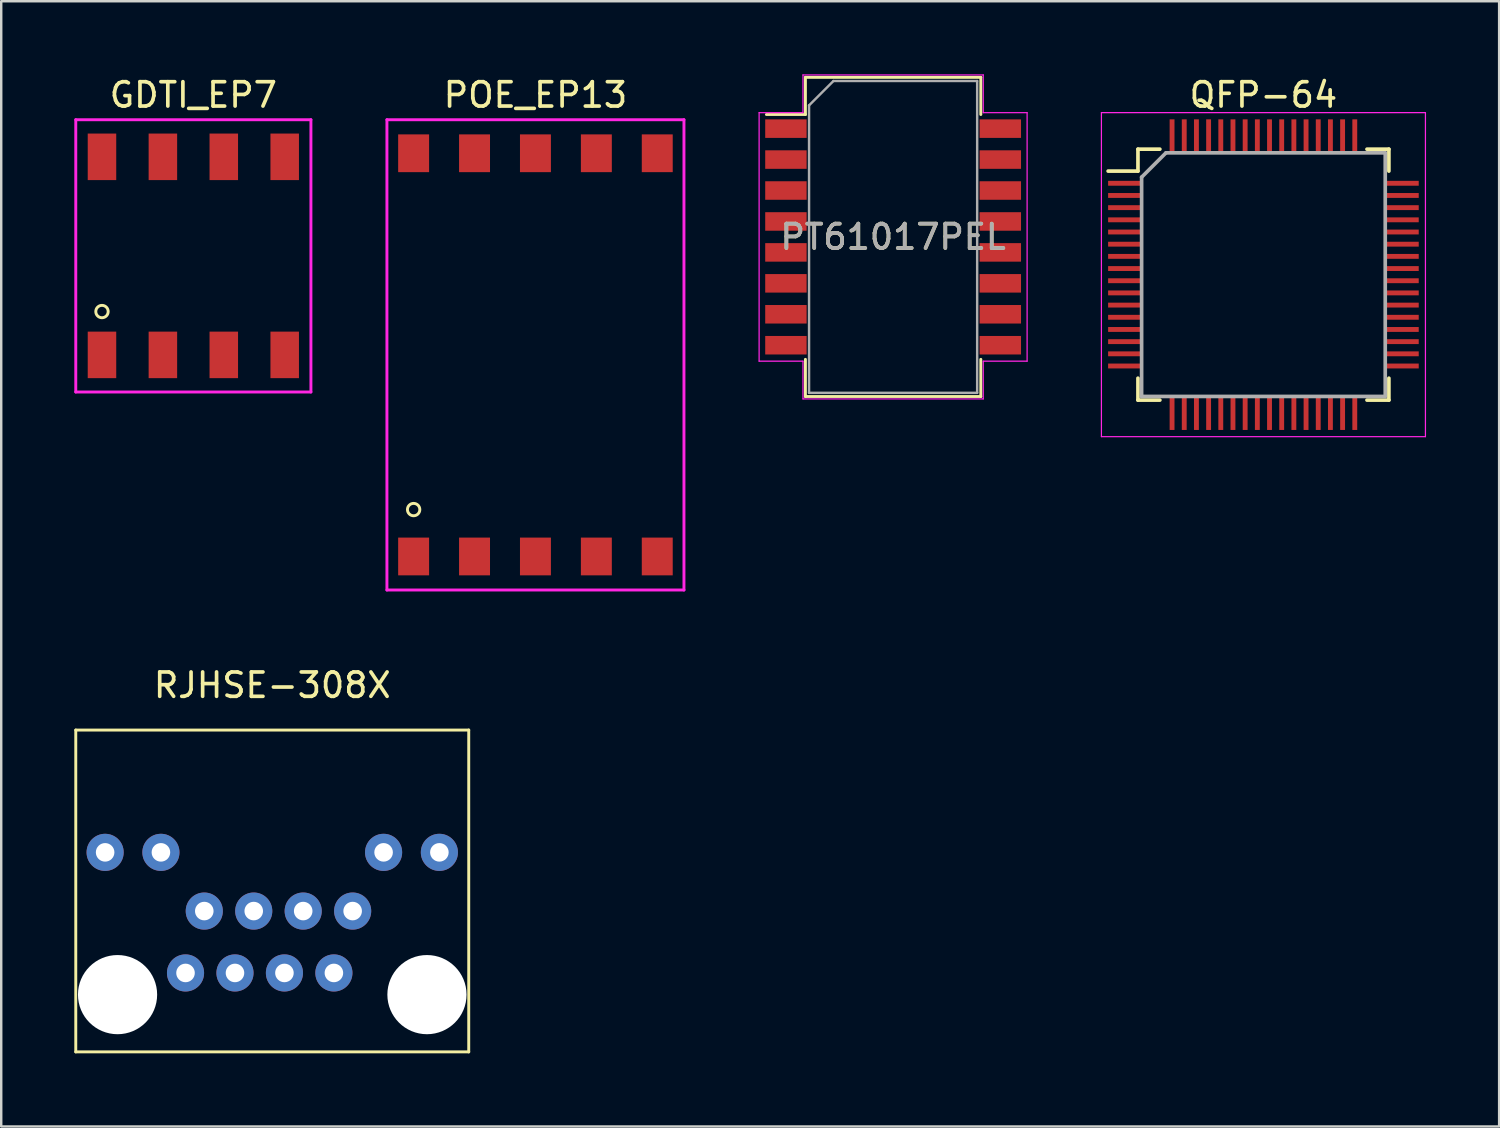
<source format=kicad_pcb>
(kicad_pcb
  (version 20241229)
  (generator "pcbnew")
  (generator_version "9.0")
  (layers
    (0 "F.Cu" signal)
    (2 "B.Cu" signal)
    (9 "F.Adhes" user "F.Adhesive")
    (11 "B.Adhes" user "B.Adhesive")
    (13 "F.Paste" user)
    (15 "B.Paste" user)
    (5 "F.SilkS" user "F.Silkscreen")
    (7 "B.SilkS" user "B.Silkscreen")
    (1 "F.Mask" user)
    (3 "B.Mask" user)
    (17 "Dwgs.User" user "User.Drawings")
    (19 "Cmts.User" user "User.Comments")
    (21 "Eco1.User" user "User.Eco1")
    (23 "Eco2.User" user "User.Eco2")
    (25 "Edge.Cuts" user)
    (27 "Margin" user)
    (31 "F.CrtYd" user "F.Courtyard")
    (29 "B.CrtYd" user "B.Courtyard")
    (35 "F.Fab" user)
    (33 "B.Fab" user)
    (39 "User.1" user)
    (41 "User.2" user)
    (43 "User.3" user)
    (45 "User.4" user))
  (footprint "POE_EP13"
    (layer "F.Cu")
    (at 18.928 11.516)
    (property "Reference" "POE_EP13" (at 0 -10.668 0) (layer "F.SilkS") (effects (font (size 1 1) (thickness 0.15))))
    (attr through_hole)
    (fp_circle (center -5 6.35) (end -4.746 6.35) (stroke (width 0.12) (type solid)) (fill no) (layer "F.SilkS"))
    (fp_line (start -6.096 -9.652) (end -6.096 9.652) (stroke (width 0.12) (type solid)) (layer "F.CrtYd"))
    (fp_line (start -6.096 9.652) (end 6.096 9.652) (stroke (width 0.12) (type solid)) (layer "F.CrtYd"))
    (fp_line (start 6.096 -9.652) (end -6.096 -9.652) (stroke (width 0.12) (type solid)) (layer "F.CrtYd"))
    (fp_line (start 6.096 9.652) (end 6.096 -9.652) (stroke (width 0.12) (type solid)) (layer "F.CrtYd"))
    (pad "1" smd rect (at -5 8.275) (size 1.27 1.55) (layers "F.Cu" "F.Mask" "F.Paste"))
    (pad "2" smd rect (at -2.5 8.275) (size 1.27 1.55) (layers "F.Cu" "F.Mask" "F.Paste"))
    (pad "3" smd rect (at 0 8.275) (size 1.27 1.55) (layers "F.Cu" "F.Mask" "F.Paste"))
    (pad "4" smd rect (at 2.5 8.275) (size 1.27 1.55) (layers "F.Cu" "F.Mask" "F.Paste"))
    (pad "5" smd rect (at 5 8.275) (size 1.27 1.55) (layers "F.Cu" "F.Mask" "F.Paste"))
    (pad "6" smd rect (at 5 -8.275) (size 1.27 1.55) (layers "F.Cu" "F.Mask" "F.Paste"))
    (pad "7" smd rect (at 2.5 -8.275) (size 1.27 1.55) (layers "F.Cu" "F.Mask" "F.Paste"))
    (pad "8" smd rect (at 0 -8.275) (size 1.27 1.55) (layers "F.Cu" "F.Mask" "F.Paste"))
    (pad "9" smd rect (at -2.5 -8.275) (size 1.27 1.55) (layers "F.Cu" "F.Mask" "F.Paste"))
    (pad "10" smd rect (at -5 -8.275) (size 1.27 1.55) (layers "F.Cu" "F.Mask" "F.Paste")))
  (footprint "RJHSE-308X"
    (layer "F.Cu")
    (at 8.125 37.776)
    (property "Reference" "RJHSE-308X" (at 0 -12.7 0) (layer "F.SilkS") (effects (font (size 1 1) (thickness 0.15))))
    (attr through_hole)
    (fp_line (start -8.065 -10.86) (end 8.065 -10.86) (stroke (width 0.12) (type solid)) (layer "F.SilkS"))
    (fp_line (start -8.065 2.35) (end -8.065 -10.86) (stroke (width 0.12) (type solid)) (layer "F.SilkS"))
    (fp_line (start 8.065 -10.86) (end 8.065 2.35) (stroke (width 0.12) (type solid)) (layer "F.SilkS"))
    (fp_line (start 8.065 2.35) (end -8.065 2.35) (stroke (width 0.12) (type solid)) (layer "F.SilkS"))
    (pad "" np_thru_hole circle (at -6.35 0) (size 3.25 3.25) (drill 3.25) (layers "*.Cu" "*.Mask"))
    (pad "" np_thru_hole circle (at 6.35 0) (size 3.25 3.25) (drill 3.25) (layers "*.Cu" "*.Mask"))
    (pad "1" thru_hole circle (at 3.3 -3.43) (size 1.524 1.524) (drill 0.762) (layers "*.Cu" "*.Mask"))
    (pad "2" thru_hole circle (at 2.53 -0.89) (size 1.524 1.524) (drill 0.762) (layers "*.Cu" "*.Mask"))
    (pad "3" thru_hole circle (at 1.27 -3.43) (size 1.524 1.524) (drill 0.762) (layers "*.Cu" "*.Mask"))
    (pad "4" thru_hole circle (at 0.5 -0.89) (size 1.524 1.524) (drill 0.762) (layers "*.Cu" "*.Mask"))
    (pad "5" thru_hole circle (at -0.76 -3.43) (size 1.524 1.524) (drill 0.762) (layers "*.Cu" "*.Mask"))
    (pad "6" thru_hole circle (at -1.53 -0.89) (size 1.524 1.524) (drill 0.762) (layers "*.Cu" "*.Mask"))
    (pad "7" thru_hole circle (at -2.79 -3.43) (size 1.524 1.524) (drill 0.762) (layers "*.Cu" "*.Mask"))
    (pad "8" thru_hole circle (at -3.56 -0.89) (size 1.524 1.524) (drill 0.762) (layers "*.Cu" "*.Mask"))
    (pad "9" thru_hole circle (at 6.86 -5.84) (size 1.524 1.524) (drill 0.762) (layers "*.Cu" "*.Mask"))
    (pad "10" thru_hole circle (at 4.57 -5.84) (size 1.524 1.524) (drill 0.762) (layers "*.Cu" "*.Mask"))
    (pad "11" thru_hole circle (at -4.57 -5.84) (size 1.524 1.524) (drill 0.762) (layers "*.Cu" "*.Mask"))
    (pad "12" thru_hole circle (at -6.86 -5.84) (size 1.524 1.524) (drill 0.762) (layers "*.Cu" "*.Mask")))
  (footprint "PT61017PEL"
    (layer "F.Cu")
    (at 33.609 6.675)
    (property "Reference" "PT61017PEL" (at 0 0 0) (layer "F.SilkS") (effects (font (size 1 1) (thickness 0.15))))
    (attr smd)
    (fp_line (start -5.2 -5.025) (end -3.6 -5.025) (stroke (width 0.12) (type solid)) (layer "F.SilkS"))
    (fp_line (start -3.6 -6.55) (end 3.6 -6.55) (stroke (width 0.12) (type solid)) (layer "F.SilkS"))
    (fp_line (start -3.6 -5.025) (end -3.6 -6.55) (stroke (width 0.12) (type solid)) (layer "F.SilkS"))
    (fp_line (start -3.6 5.025) (end -3.6 6.55) (stroke (width 0.12) (type solid)) (layer "F.SilkS"))
    (fp_line (start -3.6 6.55) (end 3.6 6.55) (stroke (width 0.12) (type solid)) (layer "F.SilkS"))
    (fp_line (start 3.6 -6.55) (end 3.6 -5.025) (stroke (width 0.12) (type solid)) (layer "F.SilkS"))
    (fp_line (start 3.6 6.55) (end 3.6 5.025) (stroke (width 0.12) (type solid)) (layer "F.SilkS"))
    (fp_line (start -5.5 -5.1) (end -5.5 5.1) (stroke (width 0.05) (type solid)) (layer "F.CrtYd"))
    (fp_line (start -5.5 5.1) (end -3.7 5.1) (stroke (width 0.05) (type solid)) (layer "F.CrtYd"))
    (fp_line (start -3.7 -6.65) (end 3.7 -6.65) (stroke (width 0.05) (type solid)) (layer "F.CrtYd"))
    (fp_line (start -3.7 -5.1) (end -5.5 -5.1) (stroke (width 0.05) (type solid)) (layer "F.CrtYd"))
    (fp_line (start -3.7 -5.1) (end -3.7 -6.65) (stroke (width 0.05) (type solid)) (layer "F.CrtYd"))
    (fp_line (start -3.7 5.1) (end -3.7 6.65) (stroke (width 0.05) (type solid)) (layer "F.CrtYd"))
    (fp_line (start -3.7 6.65) (end 3.7 6.65) (stroke (width 0.05) (type solid)) (layer "F.CrtYd"))
    (fp_line (start 3.7 -5.1) (end 3.7 -6.65) (stroke (width 0.05) (type solid)) (layer "F.CrtYd"))
    (fp_line (start 3.7 5.1) (end 5.5 5.1) (stroke (width 0.05) (type solid)) (layer "F.CrtYd"))
    (fp_line (start 3.7 6.65) (end 3.7 5.1) (stroke (width 0.05) (type solid)) (layer "F.CrtYd"))
    (fp_line (start 5.5 -5.1) (end 3.7 -5.1) (stroke (width 0.05) (type solid)) (layer "F.CrtYd"))
    (fp_line (start 5.5 5.1) (end 5.5 -5.1) (stroke (width 0.05) (type solid)) (layer "F.CrtYd"))
    (fp_line (start -3.45 -5.4) (end -3.45 6.4) (stroke (width 0.1) (type solid)) (layer "F.Fab"))
    (fp_line (start -3.45 6.4) (end 3.45 6.4) (stroke (width 0.1) (type solid)) (layer "F.Fab"))
    (fp_line (start -2.45 -6.4) (end -3.45 -5.4) (stroke (width 0.1) (type solid)) (layer "F.Fab"))
    (fp_line (start 3.45 -6.4) (end -2.45 -6.4) (stroke (width 0.1) (type solid)) (layer "F.Fab"))
    (fp_line (start 3.45 6.4) (end 3.45 -6.4) (stroke (width 0.1) (type solid)) (layer "F.Fab"))
    (fp_text user "${REFERENCE}" (at 0 0 0) (layer "F.Fab") (effects (font (size 1 1) (thickness 0.15))))
    (pad "1" smd rect (at -4.4 -4.445) (size 1.7 0.76) (layers "F.Cu" "F.Mask" "F.Paste"))
    (pad "2" smd rect (at -4.4 -3.175) (size 1.7 0.76) (layers "F.Cu" "F.Mask" "F.Paste"))
    (pad "3" smd rect (at -4.4 -1.905) (size 1.7 0.76) (layers "F.Cu" "F.Mask" "F.Paste"))
    (pad "4" smd rect (at -4.4 -0.635) (size 1.7 0.76) (layers "F.Cu" "F.Mask" "F.Paste"))
    (pad "5" smd rect (at -4.4 0.635) (size 1.7 0.76) (layers "F.Cu" "F.Mask" "F.Paste"))
    (pad "6" smd rect (at -4.4 1.905) (size 1.7 0.76) (layers "F.Cu" "F.Mask" "F.Paste"))
    (pad "7" smd rect (at -4.4 3.175) (size 1.7 0.76) (layers "F.Cu" "F.Mask" "F.Paste"))
    (pad "8" smd rect (at -4.4 4.445) (size 1.7 0.76) (layers "F.Cu" "F.Mask" "F.Paste"))
    (pad "9" smd rect (at 4.4 4.445) (size 1.7 0.76) (layers "F.Cu" "F.Mask" "F.Paste"))
    (pad "10" smd rect (at 4.4 3.175) (size 1.7 0.76) (layers "F.Cu" "F.Mask" "F.Paste"))
    (pad "11" smd rect (at 4.4 1.905) (size 1.7 0.76) (layers "F.Cu" "F.Mask" "F.Paste"))
    (pad "12" smd rect (at 4.4 0.635) (size 1.7 0.76) (layers "F.Cu" "F.Mask" "F.Paste"))
    (pad "13" smd rect (at 4.4 -0.635) (size 1.7 0.76) (layers "F.Cu" "F.Mask" "F.Paste"))
    (pad "14" smd rect (at 4.4 -1.905) (size 1.7 0.76) (layers "F.Cu" "F.Mask" "F.Paste"))
    (pad "15" smd rect (at 4.4 -3.175) (size 1.7 0.76) (layers "F.Cu" "F.Mask" "F.Paste"))
    (pad "16" smd rect (at 4.4 -4.445) (size 1.7 0.76) (layers "F.Cu" "F.Mask" "F.Paste")))
  (footprint "GDTI_EP7"
    (layer "F.Cu")
    (at 4.886 7.452)
    (property "Reference" "GDTI_EP7" (at 0 -6.604 0) (layer "F.SilkS") (effects (font (size 1 1) (thickness 0.15))))
    (attr through_hole)
    (fp_circle (center -3.75 2.286) (end -3.496 2.286) (stroke (width 0.12) (type solid)) (fill no) (layer "F.SilkS"))
    (fp_line (start -4.826 -5.588) (end -4.826 5.588) (stroke (width 0.12) (type solid)) (layer "F.CrtYd"))
    (fp_line (start -4.826 5.588) (end 4.826 5.588) (stroke (width 0.12) (type solid)) (layer "F.CrtYd"))
    (fp_line (start 4.826 -5.588) (end -4.826 -5.588) (stroke (width 0.12) (type solid)) (layer "F.CrtYd"))
    (fp_line (start 4.826 5.588) (end 4.826 -5.588) (stroke (width 0.12) (type solid)) (layer "F.CrtYd"))
    (pad "1" smd rect (at -3.75 4.065) (size 1.17 1.91) (layers "F.Cu" "F.Mask" "F.Paste"))
    (pad "2" smd rect (at -1.25 4.065) (size 1.17 1.91) (layers "F.Cu" "F.Mask" "F.Paste"))
    (pad "3" smd rect (at 1.25 4.065) (size 1.17 1.91) (layers "F.Cu" "F.Mask" "F.Paste"))
    (pad "4" smd rect (at 3.75 4.065) (size 1.17 1.91) (layers "F.Cu" "F.Mask" "F.Paste"))
    (pad "5" smd rect (at 3.75 -4.065) (size 1.17 1.91) (layers "F.Cu" "F.Mask" "F.Paste"))
    (pad "6" smd rect (at 1.25 -4.065) (size 1.17 1.91) (layers "F.Cu" "F.Mask" "F.Paste"))
    (pad "7" smd rect (at -1.25 -4.065) (size 1.17 1.91) (layers "F.Cu" "F.Mask" "F.Paste"))
    (pad "8" smd rect (at -3.75 -4.065) (size 1.17 1.91) (layers "F.Cu" "F.Mask" "F.Paste")))
  (footprint "QFP-64"
    (layer "F.Cu")
    (at 48.809 8.223)
    (property "Reference" "QFP-64" (at 0 -7.375 0) (layer "F.SilkS") (effects (font (size 1 1) (thickness 0.15))))
    (attr smd)
    (fp_line (start -5.15 -5.15) (end -5.15 -4.25) (stroke (width 0.15) (type solid)) (layer "F.SilkS"))
    (fp_line (start -5.15 -4.25) (end -6.375 -4.25) (stroke (width 0.15) (type solid)) (layer "F.SilkS"))
    (fp_line (start -5.15 5.15) (end -5.15 4.25) (stroke (width 0.15) (type solid)) (layer "F.SilkS"))
    (fp_line (start -4.25 -5.15) (end -5.15 -5.15) (stroke (width 0.15) (type solid)) (layer "F.SilkS"))
    (fp_line (start -4.25 5.15) (end -5.15 5.15) (stroke (width 0.15) (type solid)) (layer "F.SilkS"))
    (fp_line (start 4.25 -5.15) (end 5.15 -5.15) (stroke (width 0.15) (type solid)) (layer "F.SilkS"))
    (fp_line (start 4.25 5.15) (end 5.15 5.15) (stroke (width 0.15) (type solid)) (layer "F.SilkS"))
    (fp_line (start 5.15 -5.15) (end 5.15 -4.25) (stroke (width 0.15) (type solid)) (layer "F.SilkS"))
    (fp_line (start 5.15 5.15) (end 5.15 4.25) (stroke (width 0.15) (type solid)) (layer "F.SilkS"))
    (fp_line (start -6.65 -6.65) (end 6.65 -6.65) (stroke (width 0.05) (type solid)) (layer "F.CrtYd"))
    (fp_line (start -6.65 6.65) (end -6.65 -6.65) (stroke (width 0.05) (type solid)) (layer "F.CrtYd"))
    (fp_line (start 6.65 -6.65) (end 6.65 6.65) (stroke (width 0.05) (type solid)) (layer "F.CrtYd"))
    (fp_line (start 6.65 6.65) (end -6.65 6.65) (stroke (width 0.05) (type solid)) (layer "F.CrtYd"))
    (fp_line (start -5 -4) (end -5 5) (stroke (width 0.15) (type solid)) (layer "F.Fab"))
    (fp_line (start -5 5) (end 5 5) (stroke (width 0.15) (type solid)) (layer "F.Fab"))
    (fp_line (start -4 -5) (end -5 -4) (stroke (width 0.15) (type solid)) (layer "F.Fab"))
    (fp_line (start 5 -5) (end -4 -5) (stroke (width 0.15) (type solid)) (layer "F.Fab"))
    (fp_line (start 5 5) (end 5 -5) (stroke (width 0.15) (type solid)) (layer "F.Fab"))
    (pad "1" smd rect (at -5.675 -3.75 90) (size 0.2 1.4) (layers "F.Cu" "F.Mask" "F.Paste"))
    (pad "2" smd rect (at -5.675 -3.25 90) (size 0.2 1.4) (layers "F.Cu" "F.Mask" "F.Paste"))
    (pad "3" smd rect (at -5.675 -2.75 90) (size 0.2 1.4) (layers "F.Cu" "F.Mask" "F.Paste"))
    (pad "4" smd rect (at -5.675 -2.25 90) (size 0.2 1.4) (layers "F.Cu" "F.Mask" "F.Paste"))
    (pad "5" smd rect (at -5.675 -1.75 90) (size 0.2 1.4) (layers "F.Cu" "F.Mask" "F.Paste"))
    (pad "6" smd rect (at -5.675 -1.25 90) (size 0.2 1.4) (layers "F.Cu" "F.Mask" "F.Paste"))
    (pad "7" smd rect (at -5.675 -0.75 90) (size 0.2 1.4) (layers "F.Cu" "F.Mask" "F.Paste"))
    (pad "8" smd rect (at -5.675 -0.25 90) (size 0.2 1.4) (layers "F.Cu" "F.Mask" "F.Paste"))
    (pad "9" smd rect (at -5.675 0.25 90) (size 0.2 1.4) (layers "F.Cu" "F.Mask" "F.Paste"))
    (pad "10" smd rect (at -5.675 0.75 90) (size 0.2 1.4) (layers "F.Cu" "F.Mask" "F.Paste"))
    (pad "11" smd rect (at -5.675 1.25 90) (size 0.2 1.4) (layers "F.Cu" "F.Mask" "F.Paste"))
    (pad "12" smd rect (at -5.675 1.75 90) (size 0.2 1.4) (layers "F.Cu" "F.Mask" "F.Paste"))
    (pad "13" smd rect (at -5.675 2.25 90) (size 0.2 1.4) (layers "F.Cu" "F.Mask" "F.Paste"))
    (pad "14" smd rect (at -5.675 2.75 90) (size 0.2 1.4) (layers "F.Cu" "F.Mask" "F.Paste"))
    (pad "15" smd rect (at -5.675 3.25 90) (size 0.2 1.4) (layers "F.Cu" "F.Mask" "F.Paste"))
    (pad "16" smd rect (at -5.675 3.75 90) (size 0.2 1.4) (layers "F.Cu" "F.Mask" "F.Paste"))
    (pad "17" smd rect (at -3.75 5.675) (size 0.2 1.4) (layers "F.Cu" "F.Mask" "F.Paste"))
    (pad "18" smd rect (at -3.25 5.675) (size 0.2 1.4) (layers "F.Cu" "F.Mask" "F.Paste"))
    (pad "19" smd rect (at -2.75 5.675) (size 0.2 1.4) (layers "F.Cu" "F.Mask" "F.Paste"))
    (pad "20" smd rect (at -2.25 5.675) (size 0.2 1.4) (layers "F.Cu" "F.Mask" "F.Paste"))
    (pad "21" smd rect (at -1.75 5.675) (size 0.2 1.4) (layers "F.Cu" "F.Mask" "F.Paste"))
    (pad "22" smd rect (at -1.25 5.675) (size 0.2 1.4) (layers "F.Cu" "F.Mask" "F.Paste"))
    (pad "23" smd rect (at -0.75 5.675) (size 0.2 1.4) (layers "F.Cu" "F.Mask" "F.Paste"))
    (pad "24" smd rect (at -0.25 5.675) (size 0.2 1.4) (layers "F.Cu" "F.Mask" "F.Paste"))
    (pad "25" smd rect (at 0.25 5.675) (size 0.2 1.4) (layers "F.Cu" "F.Mask" "F.Paste"))
    (pad "26" smd rect (at 0.75 5.675) (size 0.2 1.4) (layers "F.Cu" "F.Mask" "F.Paste"))
    (pad "27" smd rect (at 1.25 5.675) (size 0.2 1.4) (layers "F.Cu" "F.Mask" "F.Paste"))
    (pad "28" smd rect (at 1.75 5.675) (size 0.2 1.4) (layers "F.Cu" "F.Mask" "F.Paste"))
    (pad "29" smd rect (at 2.25 5.675) (size 0.2 1.4) (layers "F.Cu" "F.Mask" "F.Paste"))
    (pad "30" smd rect (at 2.75 5.675) (size 0.2 1.4) (layers "F.Cu" "F.Mask" "F.Paste"))
    (pad "31" smd rect (at 3.25 5.675) (size 0.2 1.4) (layers "F.Cu" "F.Mask" "F.Paste"))
    (pad "32" smd rect (at 3.75 5.675) (size 0.2 1.4) (layers "F.Cu" "F.Mask" "F.Paste"))
    (pad "33" smd rect (at 5.675 3.75 90) (size 0.2 1.4) (layers "F.Cu" "F.Mask" "F.Paste"))
    (pad "34" smd rect (at 5.675 3.25 90) (size 0.2 1.4) (layers "F.Cu" "F.Mask" "F.Paste"))
    (pad "35" smd rect (at 5.675 2.75 90) (size 0.2 1.4) (layers "F.Cu" "F.Mask" "F.Paste"))
    (pad "36" smd rect (at 5.675 2.25 90) (size 0.2 1.4) (layers "F.Cu" "F.Mask" "F.Paste"))
    (pad "37" smd rect (at 5.675 1.75 90) (size 0.2 1.4) (layers "F.Cu" "F.Mask" "F.Paste"))
    (pad "38" smd rect (at 5.675 1.25 90) (size 0.2 1.4) (layers "F.Cu" "F.Mask" "F.Paste"))
    (pad "39" smd rect (at 5.675 0.75 90) (size 0.2 1.4) (layers "F.Cu" "F.Mask" "F.Paste"))
    (pad "40" smd rect (at 5.675 0.25 90) (size 0.2 1.4) (layers "F.Cu" "F.Mask" "F.Paste"))
    (pad "41" smd rect (at 5.675 -0.25 90) (size 0.2 1.4) (layers "F.Cu" "F.Mask" "F.Paste"))
    (pad "42" smd rect (at 5.675 -0.75 90) (size 0.2 1.4) (layers "F.Cu" "F.Mask" "F.Paste"))
    (pad "43" smd rect (at 5.675 -1.25 90) (size 0.2 1.4) (layers "F.Cu" "F.Mask" "F.Paste"))
    (pad "44" smd rect (at 5.675 -1.75 90) (size 0.2 1.4) (layers "F.Cu" "F.Mask" "F.Paste"))
    (pad "45" smd rect (at 5.675 -2.25 90) (size 0.2 1.4) (layers "F.Cu" "F.Mask" "F.Paste"))
    (pad "46" smd rect (at 5.675 -2.75 90) (size 0.2 1.4) (layers "F.Cu" "F.Mask" "F.Paste"))
    (pad "47" smd rect (at 5.675 -3.25 90) (size 0.2 1.4) (layers "F.Cu" "F.Mask" "F.Paste"))
    (pad "48" smd rect (at 5.675 -3.75 90) (size 0.2 1.4) (layers "F.Cu" "F.Mask" "F.Paste"))
    (pad "49" smd rect (at 3.75 -5.675) (size 0.2 1.4) (layers "F.Cu" "F.Mask" "F.Paste"))
    (pad "50" smd rect (at 3.25 -5.675) (size 0.2 1.4) (layers "F.Cu" "F.Mask" "F.Paste"))
    (pad "51" smd rect (at 2.75 -5.675) (size 0.2 1.4) (layers "F.Cu" "F.Mask" "F.Paste"))
    (pad "52" smd rect (at 2.25 -5.675) (size 0.2 1.4) (layers "F.Cu" "F.Mask" "F.Paste"))
    (pad "53" smd rect (at 1.75 -5.675) (size 0.2 1.4) (layers "F.Cu" "F.Mask" "F.Paste"))
    (pad "54" smd rect (at 1.25 -5.675) (size 0.2 1.4) (layers "F.Cu" "F.Mask" "F.Paste"))
    (pad "55" smd rect (at 0.75 -5.675) (size 0.2 1.4) (layers "F.Cu" "F.Mask" "F.Paste"))
    (pad "56" smd rect (at 0.25 -5.675) (size 0.2 1.4) (layers "F.Cu" "F.Mask" "F.Paste"))
    (pad "57" smd rect (at -0.25 -5.675) (size 0.2 1.4) (layers "F.Cu" "F.Mask" "F.Paste"))
    (pad "58" smd rect (at -0.75 -5.675) (size 0.2 1.4) (layers "F.Cu" "F.Mask" "F.Paste"))
    (pad "59" smd rect (at -1.25 -5.675) (size 0.2 1.4) (layers "F.Cu" "F.Mask" "F.Paste"))
    (pad "60" smd rect (at -1.75 -5.675) (size 0.2 1.4) (layers "F.Cu" "F.Mask" "F.Paste"))
    (pad "61" smd rect (at -2.25 -5.675) (size 0.2 1.4) (layers "F.Cu" "F.Mask" "F.Paste"))
    (pad "62" smd rect (at -2.75 -5.675) (size 0.2 1.4) (layers "F.Cu" "F.Mask" "F.Paste"))
    (pad "63" smd rect (at -3.25 -5.675) (size 0.2 1.4) (layers "F.Cu" "F.Mask" "F.Paste"))
    (pad "64" smd rect (at -3.75 -5.675) (size 0.2 1.4) (layers "F.Cu" "F.Mask" "F.Paste")))
  (gr_rect
    (start -3 -3)
    (end 58.484 43.187)
    (stroke (width 0.1) (type default))
    (fill no)
    (layer "Edge.Cuts")))
</source>
